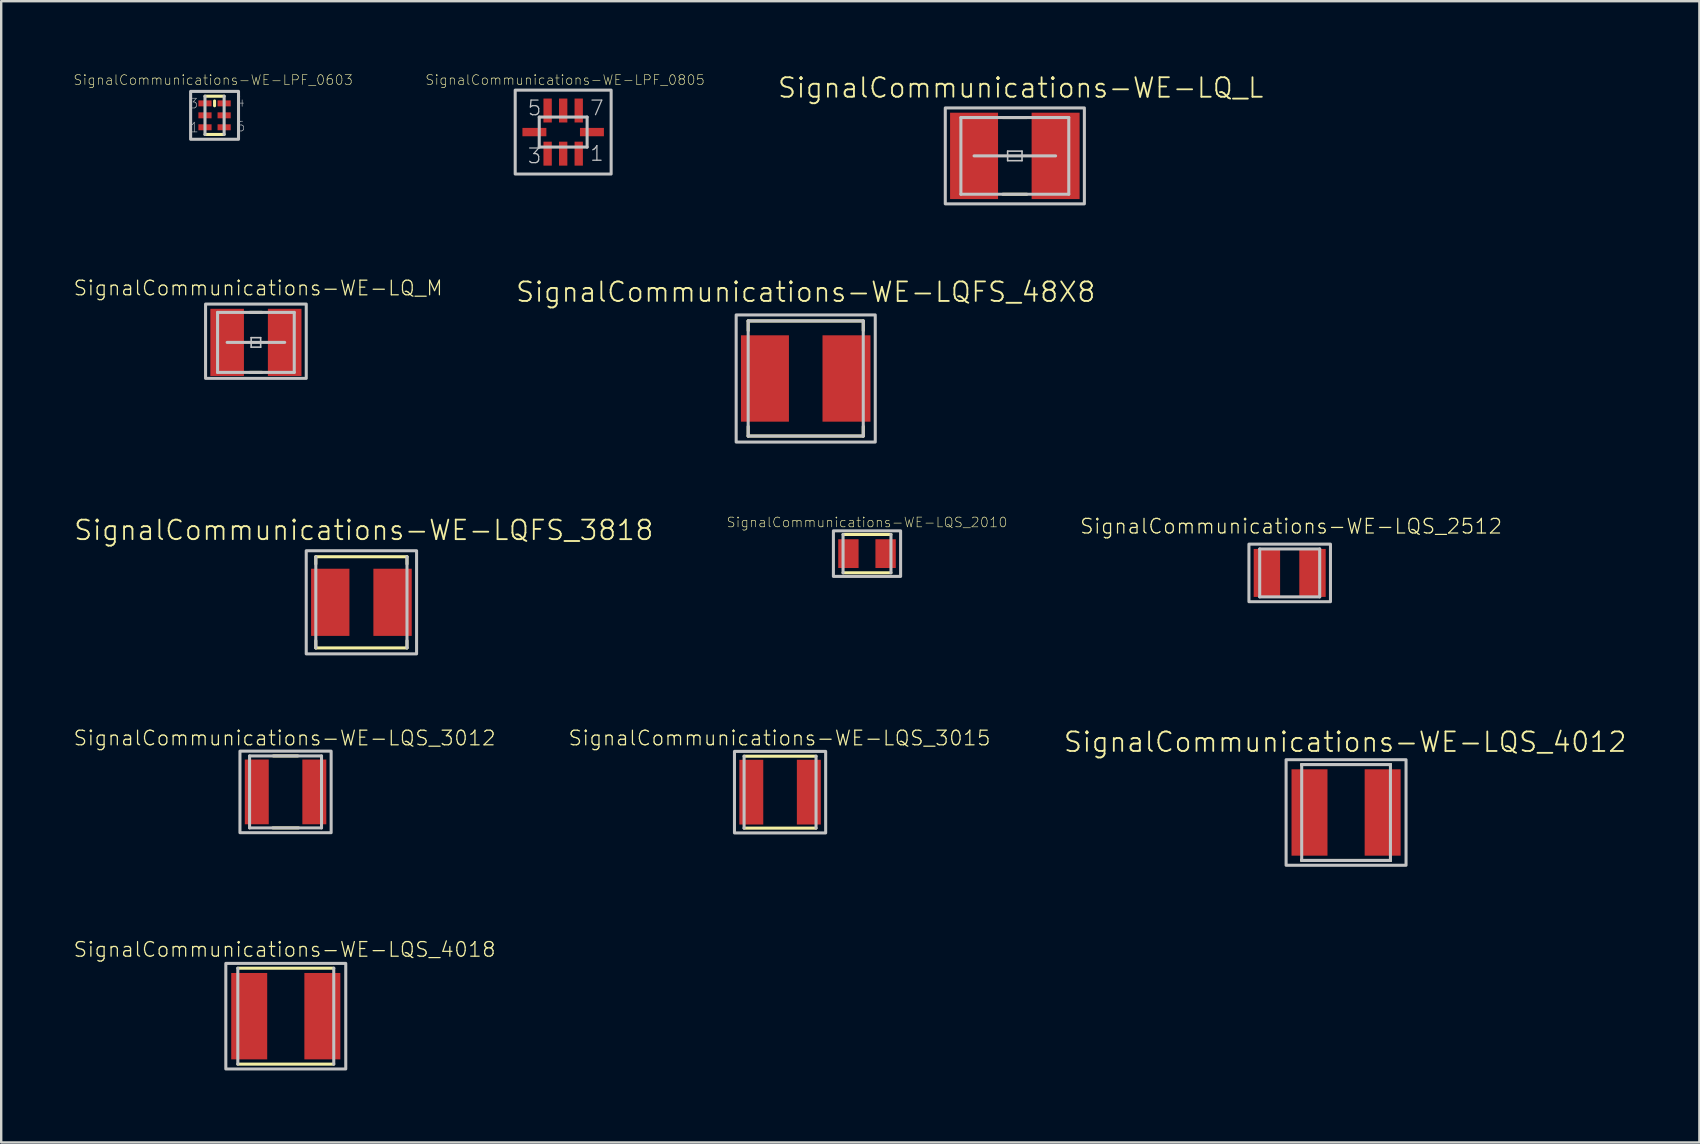
<source format=kicad_pcb>
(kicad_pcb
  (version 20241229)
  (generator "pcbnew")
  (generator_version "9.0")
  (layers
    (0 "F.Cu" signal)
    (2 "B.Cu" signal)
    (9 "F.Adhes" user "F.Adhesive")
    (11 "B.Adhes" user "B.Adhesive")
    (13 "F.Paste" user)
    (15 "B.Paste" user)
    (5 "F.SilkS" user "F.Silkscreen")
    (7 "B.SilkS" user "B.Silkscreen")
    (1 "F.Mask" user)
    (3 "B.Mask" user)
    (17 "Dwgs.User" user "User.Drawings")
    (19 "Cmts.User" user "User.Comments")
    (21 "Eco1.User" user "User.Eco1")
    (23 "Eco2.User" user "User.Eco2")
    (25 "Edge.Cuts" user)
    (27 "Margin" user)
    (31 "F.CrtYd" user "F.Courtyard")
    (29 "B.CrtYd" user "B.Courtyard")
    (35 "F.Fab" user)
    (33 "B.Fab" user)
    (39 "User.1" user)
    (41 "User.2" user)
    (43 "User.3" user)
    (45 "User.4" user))
  (footprint "SignalCommunications-WE-LQS_2010"
    (layer "F.Cu")
    (at 33.079 20.02)
    (property "Reference" "SignalCommunications-WE-LQS_2010" (at 0 -1.303 0) (layer "F.SilkS") (effects (font (size 0.406 0.406) (thickness 0.025))))
    (attr smd)
    (fp_line (start -0.998 -0.798) (end 0.998 -0.798) (stroke (width 0.127) (type solid)) (layer "F.SilkS"))
    (fp_line (start 0.998 0.798) (end -0.998 0.798) (stroke (width 0.127) (type solid)) (layer "F.SilkS"))
    (fp_line (start -0.998 0.798) (end -0.998 -0.798) (stroke (width 0.127) (type solid)) (layer "Dwgs.User"))
    (fp_line (start 0.998 -0.798) (end 0.998 0.798) (stroke (width 0.127) (type solid)) (layer "Dwgs.User"))
    (fp_poly (pts (xy -1.4 0.95) (xy -1.4 -0.95) (xy 1.4 -0.95) (xy 1.4 0.95) (xy -1.4 0.95)) (stroke (width 0.127) (type solid)) (fill no) (layer "Dwgs.User"))
    (pad "1" smd rect (at -0.775 0 90) (size 1.199 0.848) (layers "F.Cu" "F.Mask" "F.Paste"))
    (pad "2" smd rect (at 0.775 0 90) (size 1.199 0.848) (layers "F.Cu" "F.Mask" "F.Paste")))
  (footprint "SignalCommunications-WE-LQFS_48X8"
    (layer "F.Cu")
    (at 30.525 12.722)
    (property "Reference" "SignalCommunications-WE-LQFS_48X8" (at 0 -3.604 0) (layer "F.SilkS") (effects (font (size 0.813 0.813) (thickness 0.076))))
    (attr smd)
    (fp_line (start -2.398 -2.398) (end 2.398 -2.398) (stroke (width 0.127) (type solid)) (layer "F.SilkS"))
    (fp_line (start -2.398 -1.999) (end -2.398 -2.398) (stroke (width 0.127) (type solid)) (layer "F.SilkS"))
    (fp_line (start -2.398 1.999) (end -2.398 2.398) (stroke (width 0.127) (type solid)) (layer "F.SilkS"))
    (fp_line (start 2.398 -1.999) (end 2.398 -2.398) (stroke (width 0.127) (type solid)) (layer "F.SilkS"))
    (fp_line (start 2.398 1.999) (end 2.398 2.398) (stroke (width 0.127) (type solid)) (layer "F.SilkS"))
    (fp_line (start 2.398 2.398) (end -2.398 2.398) (stroke (width 0.127) (type solid)) (layer "F.SilkS"))
    (fp_line (start -2.398 -2.398) (end 2.398 -2.398) (stroke (width 0.127) (type solid)) (layer "Dwgs.User"))
    (fp_line (start -2.398 2.398) (end -2.398 -2.398) (stroke (width 0.127) (type solid)) (layer "Dwgs.User"))
    (fp_line (start -2.398 2.398) (end 2.398 2.398) (stroke (width 0.127) (type solid)) (layer "Dwgs.User"))
    (fp_line (start 2.398 -2.398) (end 2.398 2.398) (stroke (width 0.127) (type solid)) (layer "Dwgs.User"))
    (fp_poly (pts (xy -2.898 2.649) (xy -2.898 -2.649) (xy 2.898 -2.649) (xy 2.898 2.649) (xy -2.898 2.649)) (stroke (width 0.127) (type solid)) (fill no) (layer "Dwgs.User"))
    (pad "1" smd rect (at -1.699 0 90) (size 3.599 1.999) (layers "F.Cu" "F.Mask" "F.Paste"))
    (pad "2" smd rect (at 1.699 0 90) (size 3.599 1.999) (layers "F.Cu" "F.Mask" "F.Paste")))
  (footprint "SignalCommunications-WE-LQS_4012"
    (layer "F.Cu")
    (at 53.042 30.807)
    (property "Reference" "SignalCommunications-WE-LQS_4012" (at -0.038 -2.936 0) (layer "F.SilkS") (effects (font (size 0.813 0.813) (thickness 0.076))))
    (attr smd)
    (fp_line (start -1.849 -1.999) (end 1.849 -1.999) (stroke (width 0.127) (type solid)) (layer "F.SilkS"))
    (fp_line (start -1.849 -1.968) (end -1.849 -1.999) (stroke (width 0.127) (type solid)) (layer "F.SilkS"))
    (fp_line (start -1.849 1.968) (end -1.849 1.999) (stroke (width 0.127) (type solid)) (layer "F.SilkS"))
    (fp_line (start -1.849 1.999) (end 1.849 1.999) (stroke (width 0.127) (type solid)) (layer "F.SilkS"))
    (fp_line (start 1.849 -1.999) (end 1.849 -1.968) (stroke (width 0.127) (type solid)) (layer "F.SilkS"))
    (fp_line (start 1.849 1.999) (end 1.849 1.968) (stroke (width 0.127) (type solid)) (layer "F.SilkS"))
    (fp_line (start -1.849 -1.999) (end 1.849 -1.999) (stroke (width 0.127) (type solid)) (layer "Dwgs.User"))
    (fp_line (start -1.849 1.999) (end -1.849 -1.999) (stroke (width 0.127) (type solid)) (layer "Dwgs.User"))
    (fp_line (start 1.849 -1.999) (end 1.849 1.999) (stroke (width 0.127) (type solid)) (layer "Dwgs.User"))
    (fp_line (start 1.849 1.999) (end -1.849 1.999) (stroke (width 0.127) (type solid)) (layer "Dwgs.User"))
    (fp_poly (pts (xy -2.499 -2.2) (xy 2.499 -2.2) (xy 2.499 2.2) (xy -2.499 2.2) (xy -2.499 -2.2)) (stroke (width 0.127) (type solid)) (fill no) (layer "Dwgs.User"))
    (pad "1" smd rect (at -1.524 0 90) (size 3.599 1.499) (layers "F.Cu" "F.Mask" "F.Paste"))
    (pad "2" smd rect (at 1.524 0 90) (size 3.599 1.499) (layers "F.Cu" "F.Mask" "F.Paste")))
  (footprint "SignalCommunications-WE-LQS_4018"
    (layer "F.Cu")
    (at 8.859 39.295)
    (property "Reference" "SignalCommunications-WE-LQS_4018" (at -0.048 -2.779 0) (layer "F.SilkS") (effects (font (size 0.61 0.61) (thickness 0.051))))
    (attr smd)
    (fp_line (start -1.999 -1.999) (end 1.999 -1.999) (stroke (width 0.127) (type solid)) (layer "F.SilkS"))
    (fp_line (start -1.999 1.999) (end 1.999 1.999) (stroke (width 0.127) (type solid)) (layer "F.SilkS"))
    (fp_line (start -1.999 -1.999) (end -1.999 1.999) (stroke (width 0.127) (type solid)) (layer "Dwgs.User"))
    (fp_line (start 1.999 -1.999) (end 1.999 1.999) (stroke (width 0.127) (type solid)) (layer "Dwgs.User"))
    (fp_poly (pts (xy -2.499 -2.2) (xy 2.499 -2.2) (xy 2.499 2.2) (xy -2.499 2.2) (xy -2.499 -2.2)) (stroke (width 0.127) (type solid)) (fill no) (layer "Dwgs.User"))
    (pad "1" smd rect (at -1.524 0) (size 1.499 3.599) (layers "F.Cu" "F.Mask" "F.Paste"))
    (pad "2" smd rect (at 1.524 0) (size 1.499 3.599) (layers "F.Cu" "F.Mask" "F.Paste")))
  (footprint "SignalCommunications-WE-LQ_L"
    (layer "F.Cu")
    (at 39.239 3.446)
    (property "Reference" "SignalCommunications-WE-LQ_L" (at 0.244 -2.837 0) (layer "F.SilkS") (effects (font (size 0.813 0.813) (thickness 0.076))))
    (attr smd)
    (fp_line (start -0.498 -1.598) (end 0.498 -1.598) (stroke (width 0.127) (type solid)) (layer "F.SilkS"))
    (fp_line (start -0.498 1.598) (end 0.498 1.598) (stroke (width 0.127) (type solid)) (layer "F.SilkS"))
    (fp_line (start -2.248 -1.598) (end 2.248 -1.598) (stroke (width 0.127) (type solid)) (layer "Dwgs.User"))
    (fp_line (start -2.248 1.598) (end -2.248 -1.598) (stroke (width 0.127) (type solid)) (layer "Dwgs.User"))
    (fp_line (start -1.699 0) (end 1.699 0) (stroke (width 0.127) (type solid)) (layer "Dwgs.User"))
    (fp_line (start -0.3 -0.198) (end 0.3 -0.198) (stroke (width 0.066) (type solid)) (layer "Dwgs.User"))
    (fp_line (start -0.3 0.198) (end -0.3 -0.198) (stroke (width 0.066) (type solid)) (layer "Dwgs.User"))
    (fp_line (start -0.3 0.198) (end 0.3 0.198) (stroke (width 0.066) (type solid)) (layer "Dwgs.User"))
    (fp_line (start 0.3 0.198) (end 0.3 -0.198) (stroke (width 0.066) (type solid)) (layer "Dwgs.User"))
    (fp_line (start 2.248 -1.598) (end 2.248 1.598) (stroke (width 0.127) (type solid)) (layer "Dwgs.User"))
    (fp_line (start 2.248 1.598) (end -2.248 1.598) (stroke (width 0.127) (type solid)) (layer "Dwgs.User"))
    (fp_poly (pts (xy -2.898 -1.999) (xy 2.898 -1.999) (xy 2.898 1.999) (xy -2.898 1.999) (xy -2.898 -1.999)) (stroke (width 0.127) (type solid)) (fill no) (layer "Dwgs.User"))
    (pad "1" smd rect (at -1.699 0) (size 1.999 3.599) (layers "F.Cu" "F.Mask" "F.Paste"))
    (pad "2" smd rect (at 1.699 0) (size 1.999 3.599) (layers "F.Cu" "F.Mask" "F.Paste")))
  (footprint "SignalCommunications-WE-LQFS_3818"
    (layer "F.Cu")
    (at 12.01 22.049)
    (property "Reference" "SignalCommunications-WE-LQFS_3818" (at 0.099 -3.005 0) (layer "F.SilkS") (effects (font (size 0.813 0.813) (thickness 0.076))))
    (attr smd)
    (fp_line (start -1.9 -1.9) (end 1.9 -1.9) (stroke (width 0.127) (type solid)) (layer "F.SilkS"))
    (fp_line (start -1.9 -1.598) (end -1.9 -1.9) (stroke (width 0.127) (type solid)) (layer "F.SilkS"))
    (fp_line (start -1.9 1.598) (end -1.9 1.9) (stroke (width 0.127) (type solid)) (layer "F.SilkS"))
    (fp_line (start 1.9 -1.598) (end 1.9 -1.9) (stroke (width 0.127) (type solid)) (layer "F.SilkS"))
    (fp_line (start 1.9 1.598) (end 1.9 1.9) (stroke (width 0.127) (type solid)) (layer "F.SilkS"))
    (fp_line (start 1.9 1.9) (end -1.9 1.9) (stroke (width 0.127) (type solid)) (layer "F.SilkS"))
    (fp_line (start -1.9 1.9) (end -1.9 -1.9) (stroke (width 0.127) (type solid)) (layer "Dwgs.User"))
    (fp_line (start 1.9 -1.9) (end 1.9 1.9) (stroke (width 0.127) (type solid)) (layer "Dwgs.User"))
    (fp_poly (pts (xy -2.299 2.149) (xy -2.299 -2.149) (xy 2.299 -2.149) (xy 2.299 2.149) (xy -2.299 2.149)) (stroke (width 0.127) (type solid)) (fill no) (layer "Dwgs.User"))
    (pad "1" smd rect (at -1.298 0 90) (size 2.799 1.598) (layers "F.Cu" "F.Mask" "F.Paste"))
    (pad "2" smd rect (at 1.298 0 90) (size 2.799 1.598) (layers "F.Cu" "F.Mask" "F.Paste")))
  (footprint "SignalCommunications-WE-LQS_3015"
    (layer "F.Cu")
    (at 29.456 29.96)
    (property "Reference" "SignalCommunications-WE-LQS_3015" (at -0.023 -2.253 0) (layer "F.SilkS") (effects (font (size 0.61 0.61) (thickness 0.051))))
    (attr smd)
    (fp_line (start -1.499 -1.499) (end 1.499 -1.499) (stroke (width 0.127) (type solid)) (layer "F.SilkS"))
    (fp_line (start -1.499 1.499) (end 1.499 1.499) (stroke (width 0.127) (type solid)) (layer "F.SilkS"))
    (fp_line (start -1.499 -1.499) (end -1.499 1.499) (stroke (width 0.127) (type solid)) (layer "Dwgs.User"))
    (fp_line (start 1.499 -1.499) (end 1.499 1.499) (stroke (width 0.127) (type solid)) (layer "Dwgs.User"))
    (fp_poly (pts (xy -1.9 -1.699) (xy 1.9 -1.699) (xy 1.9 1.699) (xy -1.9 1.699) (xy -1.9 -1.699)) (stroke (width 0.127) (type solid)) (fill no) (layer "Dwgs.User"))
    (pad "1" smd rect (at -1.199 0) (size 0.998 2.697) (layers "F.Cu" "F.Mask" "F.Paste"))
    (pad "2" smd rect (at 1.199 0) (size 0.998 2.697) (layers "F.Cu" "F.Mask" "F.Paste")))
  (footprint "SignalCommunications-WE-LPF_0805"
    (layer "F.Cu")
    (at 20.418 2.454)
    (property "Reference" "SignalCommunications-WE-LPF_0805" (at 0.079 -2.172 0) (layer "F.SilkS") (effects (font (size 0.406 0.406) (thickness 0.025))))
    (attr smd)
    (fp_line (start -0.998 -0.625) (end 0.998 -0.625) (stroke (width 0.127) (type solid)) (layer "Dwgs.User"))
    (fp_line (start -0.998 0.625) (end -0.998 -0.625) (stroke (width 0.127) (type solid)) (layer "Dwgs.User"))
    (fp_line (start 0.998 -0.625) (end 0.998 0.625) (stroke (width 0.127) (type solid)) (layer "Dwgs.User"))
    (fp_line (start 0.998 0.625) (end -0.998 0.625) (stroke (width 0.127) (type solid)) (layer "Dwgs.User"))
    (fp_poly (pts (xy -1.999 -1.748) (xy 1.999 -1.748) (xy 1.999 1.748) (xy -1.999 1.748) (xy -1.999 -1.748)) (stroke (width 0.127) (type solid)) (fill no) (layer "Dwgs.User"))
    (fp_text user "7" (at 1.405 -1.003 0) (layer "Dwgs.User") (effects (font (size 0.61 0.61) (thickness 0.051))))
    (fp_text user "1" (at 1.405 0.894 0) (layer "Dwgs.User") (effects (font (size 0.61 0.61) (thickness 0.051))))
    (fp_text user "5" (at -1.194 -1.003 0) (layer "Dwgs.User") (effects (font (size 0.61 0.61) (thickness 0.051))))
    (fp_text user "3" (at -1.194 0.993 0) (layer "Dwgs.User") (effects (font (size 0.61 0.61) (thickness 0.051))))
    (pad "1" smd rect (at 0.648 0.899) (size 0.348 0.998) (layers "F.Cu" "F.Mask" "F.Paste"))
    (pad "2" smd rect (at 0 0.899) (size 0.348 0.998) (layers "F.Cu" "F.Mask" "F.Paste"))
    (pad "3" smd rect (at -0.648 0.899) (size 0.348 0.998) (layers "F.Cu" "F.Mask" "F.Paste"))
    (pad "4" smd rect (at -1.199 0 90) (size 0.348 0.998) (layers "F.Cu" "F.Mask" "F.Paste"))
    (pad "5" smd rect (at -0.648 -0.899) (size 0.348 0.998) (layers "F.Cu" "F.Mask" "F.Paste"))
    (pad "6" smd rect (at 0 -0.899) (size 0.348 0.998) (layers "F.Cu" "F.Mask" "F.Paste"))
    (pad "7" smd rect (at 0.648 -0.899) (size 0.348 0.998) (layers "F.Cu" "F.Mask" "F.Paste"))
    (pad "8" smd rect (at 1.199 0 90) (size 0.348 0.998) (layers "F.Cu" "F.Mask" "F.Paste")))
  (footprint "SignalCommunications-WE-LQ_M"
    (layer "F.Cu")
    (at 7.614 11.218)
    (property "Reference" "SignalCommunications-WE-LQ_M" (at 0.094 -2.263 0) (layer "F.SilkS") (effects (font (size 0.61 0.61) (thickness 0.051))))
    (attr smd)
    (fp_line (start -0.249 -1.25) (end 0.249 -1.25) (stroke (width 0.127) (type solid)) (layer "F.SilkS"))
    (fp_line (start -0.249 1.25) (end 0.249 1.25) (stroke (width 0.127) (type solid)) (layer "F.SilkS"))
    (fp_line (start -1.598 -1.25) (end 1.598 -1.25) (stroke (width 0.127) (type solid)) (layer "Dwgs.User"))
    (fp_line (start -1.598 1.25) (end -1.598 -1.25) (stroke (width 0.127) (type solid)) (layer "Dwgs.User"))
    (fp_line (start -1.199 0) (end 1.199 0) (stroke (width 0.127) (type solid)) (layer "Dwgs.User"))
    (fp_line (start -0.198 -0.198) (end 0.198 -0.198) (stroke (width 0.066) (type solid)) (layer "Dwgs.User"))
    (fp_line (start -0.198 0.198) (end -0.198 -0.198) (stroke (width 0.066) (type solid)) (layer "Dwgs.User"))
    (fp_line (start -0.198 0.198) (end 0.198 0.198) (stroke (width 0.066) (type solid)) (layer "Dwgs.User"))
    (fp_line (start 0.198 0.198) (end 0.198 -0.198) (stroke (width 0.066) (type solid)) (layer "Dwgs.User"))
    (fp_line (start 1.598 -1.25) (end 1.598 1.25) (stroke (width 0.127) (type solid)) (layer "Dwgs.User"))
    (fp_line (start 1.598 1.25) (end -1.598 1.25) (stroke (width 0.127) (type solid)) (layer "Dwgs.User"))
    (fp_poly (pts (xy -2.098 -1.598) (xy 2.098 -1.598) (xy 2.098 1.499) (xy -2.098 1.499) (xy -2.098 -1.598)) (stroke (width 0.127) (type solid)) (fill no) (layer "Dwgs.User"))
    (pad "1" smd rect (at -1.199 0) (size 1.4 2.799) (layers "F.Cu" "F.Mask" "F.Paste"))
    (pad "2" smd rect (at 1.199 0) (size 1.4 2.799) (layers "F.Cu" "F.Mask" "F.Paste")))
  (footprint "SignalCommunications-WE-LQS_2512"
    (layer "F.Cu")
    (at 50.693 20.824)
    (property "Reference" "SignalCommunications-WE-LQS_2512" (at 0.058 -1.943 0) (layer "F.SilkS") (effects (font (size 0.61 0.61) (thickness 0.051))))
    (attr smd)
    (fp_line (start -1.25 -0.998) (end 1.25 -0.998) (stroke (width 0.127) (type solid)) (layer "Dwgs.User"))
    (fp_line (start -1.25 0.998) (end -1.25 -0.998) (stroke (width 0.127) (type solid)) (layer "Dwgs.User"))
    (fp_line (start 1.25 -0.998) (end 1.25 0.998) (stroke (width 0.127) (type solid)) (layer "Dwgs.User"))
    (fp_line (start 1.25 0.998) (end -1.25 0.998) (stroke (width 0.127) (type solid)) (layer "Dwgs.User"))
    (fp_poly (pts (xy -1.699 -1.199) (xy 1.699 -1.199) (xy 1.699 1.199) (xy -1.699 1.199) (xy -1.699 -1.199)) (stroke (width 0.127) (type solid)) (fill no) (layer "Dwgs.User"))
    (pad "1" smd rect (at -0.95 0 90) (size 1.999 1.1) (layers "F.Cu" "F.Mask" "F.Paste"))
    (pad "2" smd rect (at 0.95 0 90) (size 1.999 1.1) (layers "F.Cu" "F.Mask" "F.Paste")))
  (footprint "SignalCommunications-WE-LPF_0603"
    (layer "F.Cu")
    (at 5.891 1.756)
    (property "Reference" "SignalCommunications-WE-LPF_0603" (at -0.058 -1.473 0) (layer "F.SilkS") (effects (font (size 0.406 0.406) (thickness 0.025))))
    (attr smd)
    (fp_line (start -0.399 -0.798) (end 0.399 -0.798) (stroke (width 0.127) (type solid)) (layer "F.SilkS"))
    (fp_line (start -0.399 0.798) (end 0.399 0.798) (stroke (width 0.127) (type solid)) (layer "F.SilkS"))
    (fp_line (start 0 -0.399) (end 0 -0.599) (stroke (width 0.127) (type solid)) (layer "F.SilkS"))
    (fp_line (start -0.399 0.798) (end -0.399 -0.798) (stroke (width 0.127) (type solid)) (layer "Dwgs.User"))
    (fp_line (start 0.399 0.798) (end 0.399 -0.798) (stroke (width 0.127) (type solid)) (layer "Dwgs.User"))
    (fp_poly (pts (xy -0.998 -0.998) (xy 0.998 -0.998) (xy 0.998 0.998) (xy -0.998 0.998) (xy -0.998 -0.998)) (stroke (width 0.127) (type solid)) (fill no) (layer "Dwgs.User"))
    (fp_text user "1" (at -0.846 0.505 0) (layer "Dwgs.User") (effects (font (size 0.406 0.406) (thickness 0.025))))
    (fp_text user "4" (at 1.072 -0.561 0) (layer "Dwgs.User") (effects (font (size 0.406 0.406) (thickness 0.025))))
    (fp_text user "6" (at 1.092 0.465 0) (layer "Dwgs.User") (effects (font (size 0.406 0.406) (thickness 0.025))))
    (fp_text user "3" (at -0.876 -0.493 0) (layer "Dwgs.User") (effects (font (size 0.406 0.406) (thickness 0.025))))
    (pad "1" smd rect (at -0.399 0.498 90) (size 0.249 0.549) (layers "F.Cu" "F.Mask" "F.Paste"))
    (pad "2" smd rect (at -0.399 0 90) (size 0.249 0.549) (layers "F.Cu" "F.Mask" "F.Paste"))
    (pad "3" smd rect (at -0.399 -0.498 90) (size 0.249 0.549) (layers "F.Cu" "F.Mask" "F.Paste"))
    (pad "4" smd rect (at 0.399 -0.498 90) (size 0.249 0.549) (layers "F.Cu" "F.Mask" "F.Paste"))
    (pad "5" smd rect (at 0.399 0 90) (size 0.249 0.549) (layers "F.Cu" "F.Mask" "F.Paste"))
    (pad "6" smd rect (at 0.399 0.498 90) (size 0.249 0.549) (layers "F.Cu" "F.Mask" "F.Paste")))
  (footprint "SignalCommunications-WE-LQS_3012"
    (layer "F.Cu")
    (at 8.849 29.95)
    (property "Reference" "SignalCommunications-WE-LQS_3012" (at -0.038 -2.243 0) (layer "F.SilkS") (effects (font (size 0.61 0.61) (thickness 0.051))))
    (attr smd)
    (fp_line (start -0.528 1.499) (end 0.538 1.499) (stroke (width 0.127) (type solid)) (layer "F.SilkS"))
    (fp_line (start -0.508 -1.499) (end 0.508 -1.499) (stroke (width 0.127) (type solid)) (layer "F.SilkS"))
    (fp_line (start -1.499 -1.499) (end 1.499 -1.499) (stroke (width 0.127) (type solid)) (layer "Dwgs.User"))
    (fp_line (start -1.499 1.499) (end -1.499 -1.499) (stroke (width 0.127) (type solid)) (layer "Dwgs.User"))
    (fp_line (start 1.499 -1.499) (end 1.499 1.499) (stroke (width 0.127) (type solid)) (layer "Dwgs.User"))
    (fp_line (start 1.499 1.499) (end -1.499 1.499) (stroke (width 0.127) (type solid)) (layer "Dwgs.User"))
    (fp_poly (pts (xy -1.9 -1.699) (xy 1.9 -1.699) (xy 1.9 1.699) (xy -1.9 1.699) (xy -1.9 -1.699)) (stroke (width 0.127) (type solid)) (fill no) (layer "Dwgs.User"))
    (pad "1" smd rect (at -1.199 0 90) (size 2.697 0.998) (layers "F.Cu" "F.Mask" "F.Paste"))
    (pad "2" smd rect (at 1.199 0 90) (size 2.697 0.998) (layers "F.Cu" "F.Mask" "F.Paste")))
  (gr_rect
    (start -3 -3)
    (end 67.765 44.558)
    (stroke (width 0.1) (type default))
    (fill no)
    (layer "Edge.Cuts")))
</source>
